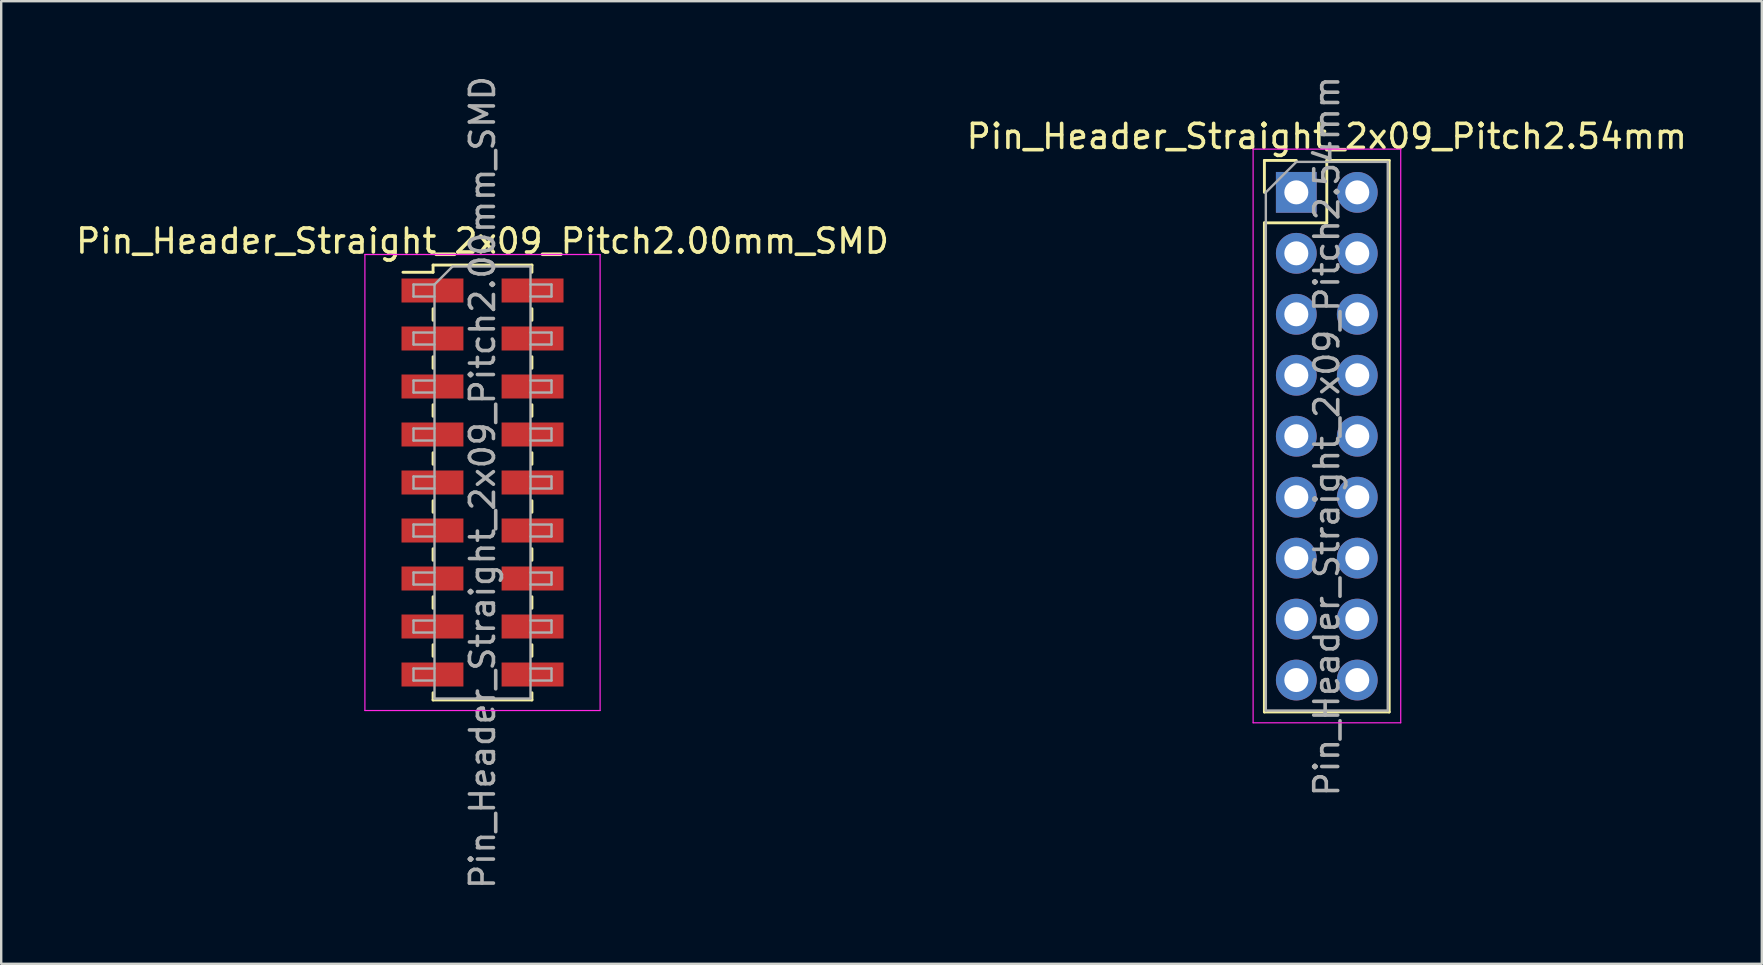
<source format=kicad_pcb>
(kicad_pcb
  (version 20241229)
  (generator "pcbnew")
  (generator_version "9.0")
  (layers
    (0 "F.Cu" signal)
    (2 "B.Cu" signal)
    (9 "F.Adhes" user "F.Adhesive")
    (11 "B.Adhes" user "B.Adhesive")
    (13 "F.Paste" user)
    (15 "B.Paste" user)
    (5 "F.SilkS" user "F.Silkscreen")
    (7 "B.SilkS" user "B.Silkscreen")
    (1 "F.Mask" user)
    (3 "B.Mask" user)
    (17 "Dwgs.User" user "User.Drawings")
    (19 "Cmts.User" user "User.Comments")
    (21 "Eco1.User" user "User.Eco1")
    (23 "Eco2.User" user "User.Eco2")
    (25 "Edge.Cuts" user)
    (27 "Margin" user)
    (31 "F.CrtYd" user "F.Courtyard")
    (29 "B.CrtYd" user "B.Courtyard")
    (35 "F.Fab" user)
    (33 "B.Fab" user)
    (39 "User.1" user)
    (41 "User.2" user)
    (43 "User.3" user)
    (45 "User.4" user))
  (footprint "Pin_Header_Straight_2x09_Pitch2.54mm"
    (layer "F.Cu")
    (at 50.962 4.965)
    (property "Reference" "Pin_Header_Straight_2x09_Pitch2.54mm" (at 1.27 -2.33 0) (layer "F.SilkS") (effects (font (size 1 1) (thickness 0.15))))
    (attr through_hole)
    (fp_line (start -1.33 -1.33) (end 0 -1.33) (stroke (width 0.12) (type solid)) (layer "F.SilkS"))
    (fp_line (start -1.33 0) (end -1.33 -1.33) (stroke (width 0.12) (type solid)) (layer "F.SilkS"))
    (fp_line (start -1.33 1.27) (end -1.33 21.65) (stroke (width 0.12) (type solid)) (layer "F.SilkS"))
    (fp_line (start -1.33 1.27) (end 1.27 1.27) (stroke (width 0.12) (type solid)) (layer "F.SilkS"))
    (fp_line (start -1.33 21.65) (end 3.87 21.65) (stroke (width 0.12) (type solid)) (layer "F.SilkS"))
    (fp_line (start 1.27 -1.33) (end 3.87 -1.33) (stroke (width 0.12) (type solid)) (layer "F.SilkS"))
    (fp_line (start 1.27 1.27) (end 1.27 -1.33) (stroke (width 0.12) (type solid)) (layer "F.SilkS"))
    (fp_line (start 3.87 -1.33) (end 3.87 21.65) (stroke (width 0.12) (type solid)) (layer "F.SilkS"))
    (fp_line (start -1.8 -1.8) (end -1.8 22.1) (stroke (width 0.05) (type solid)) (layer "F.CrtYd"))
    (fp_line (start -1.8 22.1) (end 4.35 22.1) (stroke (width 0.05) (type solid)) (layer "F.CrtYd"))
    (fp_line (start 4.35 -1.8) (end -1.8 -1.8) (stroke (width 0.05) (type solid)) (layer "F.CrtYd"))
    (fp_line (start 4.35 22.1) (end 4.35 -1.8) (stroke (width 0.05) (type solid)) (layer "F.CrtYd"))
    (fp_line (start -1.27 0) (end 0 -1.27) (stroke (width 0.1) (type solid)) (layer "F.Fab"))
    (fp_line (start -1.27 21.59) (end -1.27 0) (stroke (width 0.1) (type solid)) (layer "F.Fab"))
    (fp_line (start 0 -1.27) (end 3.81 -1.27) (stroke (width 0.1) (type solid)) (layer "F.Fab"))
    (fp_line (start 3.81 -1.27) (end 3.81 21.59) (stroke (width 0.1) (type solid)) (layer "F.Fab"))
    (fp_line (start 3.81 21.59) (end -1.27 21.59) (stroke (width 0.1) (type solid)) (layer "F.Fab"))
    (fp_text user "${REFERENCE}" (at 1.27 10.16 90) (layer "F.Fab") (effects (font (size 1 1) (thickness 0.15))))
    (pad "1" thru_hole rect (at 0 0) (size 1.7 1.7) (drill 1) (layers "*.Cu" "*.Mask"))
    (pad "2" thru_hole oval (at 2.54 0) (size 1.7 1.7) (drill 1) (layers "*.Cu" "*.Mask"))
    (pad "3" thru_hole oval (at 0 2.54) (size 1.7 1.7) (drill 1) (layers "*.Cu" "*.Mask"))
    (pad "4" thru_hole oval (at 2.54 2.54) (size 1.7 1.7) (drill 1) (layers "*.Cu" "*.Mask"))
    (pad "5" thru_hole oval (at 0 5.08) (size 1.7 1.7) (drill 1) (layers "*.Cu" "*.Mask"))
    (pad "6" thru_hole oval (at 2.54 5.08) (size 1.7 1.7) (drill 1) (layers "*.Cu" "*.Mask"))
    (pad "7" thru_hole oval (at 0 7.62) (size 1.7 1.7) (drill 1) (layers "*.Cu" "*.Mask"))
    (pad "8" thru_hole oval (at 2.54 7.62) (size 1.7 1.7) (drill 1) (layers "*.Cu" "*.Mask"))
    (pad "9" thru_hole oval (at 0 10.16) (size 1.7 1.7) (drill 1) (layers "*.Cu" "*.Mask"))
    (pad "10" thru_hole oval (at 2.54 10.16) (size 1.7 1.7) (drill 1) (layers "*.Cu" "*.Mask"))
    (pad "11" thru_hole oval (at 0 12.7) (size 1.7 1.7) (drill 1) (layers "*.Cu" "*.Mask"))
    (pad "12" thru_hole oval (at 2.54 12.7) (size 1.7 1.7) (drill 1) (layers "*.Cu" "*.Mask"))
    (pad "13" thru_hole oval (at 0 15.24) (size 1.7 1.7) (drill 1) (layers "*.Cu" "*.Mask"))
    (pad "14" thru_hole oval (at 2.54 15.24) (size 1.7 1.7) (drill 1) (layers "*.Cu" "*.Mask"))
    (pad "15" thru_hole oval (at 0 17.78) (size 1.7 1.7) (drill 1) (layers "*.Cu" "*.Mask"))
    (pad "16" thru_hole oval (at 2.54 17.78) (size 1.7 1.7) (drill 1) (layers "*.Cu" "*.Mask"))
    (pad "17" thru_hole oval (at 0 20.32) (size 1.7 1.7) (drill 1) (layers "*.Cu" "*.Mask"))
    (pad "18" thru_hole oval (at 2.54 20.32) (size 1.7 1.7) (drill 1) (layers "*.Cu" "*.Mask")))
  (footprint "Pin_Header_Straight_2x09_Pitch2.00mm_SMD"
    (layer "F.Cu")
    (at 17.054 17.054)
    (property "Reference" "Pin_Header_Straight_2x09_Pitch2.00mm_SMD" (at 0 -10.06 0) (layer "F.SilkS") (effects (font (size 1 1) (thickness 0.15))))
    (attr smd)
    (fp_line (start -3.315 -8.76) (end -2.06 -8.76) (stroke (width 0.12) (type solid)) (layer "F.SilkS"))
    (fp_line (start -2.06 -9.06) (end -2.06 -8.76) (stroke (width 0.12) (type solid)) (layer "F.SilkS"))
    (fp_line (start -2.06 -9.06) (end 2.06 -9.06) (stroke (width 0.12) (type solid)) (layer "F.SilkS"))
    (fp_line (start -2.06 -7.24) (end -2.06 -6.76) (stroke (width 0.12) (type solid)) (layer "F.SilkS"))
    (fp_line (start -2.06 -5.24) (end -2.06 -4.76) (stroke (width 0.12) (type solid)) (layer "F.SilkS"))
    (fp_line (start -2.06 -3.24) (end -2.06 -2.76) (stroke (width 0.12) (type solid)) (layer "F.SilkS"))
    (fp_line (start -2.06 -1.24) (end -2.06 -0.76) (stroke (width 0.12) (type solid)) (layer "F.SilkS"))
    (fp_line (start -2.06 0.76) (end -2.06 1.24) (stroke (width 0.12) (type solid)) (layer "F.SilkS"))
    (fp_line (start -2.06 2.76) (end -2.06 3.24) (stroke (width 0.12) (type solid)) (layer "F.SilkS"))
    (fp_line (start -2.06 4.76) (end -2.06 5.24) (stroke (width 0.12) (type solid)) (layer "F.SilkS"))
    (fp_line (start -2.06 6.76) (end -2.06 7.24) (stroke (width 0.12) (type solid)) (layer "F.SilkS"))
    (fp_line (start -2.06 8.76) (end -2.06 9.06) (stroke (width 0.12) (type solid)) (layer "F.SilkS"))
    (fp_line (start -2.06 9.06) (end 2.06 9.06) (stroke (width 0.12) (type solid)) (layer "F.SilkS"))
    (fp_line (start 2.06 -9.06) (end 2.06 -8.76) (stroke (width 0.12) (type solid)) (layer "F.SilkS"))
    (fp_line (start 2.06 -7.24) (end 2.06 -6.76) (stroke (width 0.12) (type solid)) (layer "F.SilkS"))
    (fp_line (start 2.06 -5.24) (end 2.06 -4.76) (stroke (width 0.12) (type solid)) (layer "F.SilkS"))
    (fp_line (start 2.06 -3.24) (end 2.06 -2.76) (stroke (width 0.12) (type solid)) (layer "F.SilkS"))
    (fp_line (start 2.06 -1.24) (end 2.06 -0.76) (stroke (width 0.12) (type solid)) (layer "F.SilkS"))
    (fp_line (start 2.06 0.76) (end 2.06 1.24) (stroke (width 0.12) (type solid)) (layer "F.SilkS"))
    (fp_line (start 2.06 2.76) (end 2.06 3.24) (stroke (width 0.12) (type solid)) (layer "F.SilkS"))
    (fp_line (start 2.06 4.76) (end 2.06 5.24) (stroke (width 0.12) (type solid)) (layer "F.SilkS"))
    (fp_line (start 2.06 6.76) (end 2.06 7.24) (stroke (width 0.12) (type solid)) (layer "F.SilkS"))
    (fp_line (start 2.06 8.76) (end 2.06 9.06) (stroke (width 0.12) (type solid)) (layer "F.SilkS"))
    (fp_line (start -4.9 -9.5) (end -4.9 9.5) (stroke (width 0.05) (type solid)) (layer "F.CrtYd"))
    (fp_line (start -4.9 9.5) (end 4.9 9.5) (stroke (width 0.05) (type solid)) (layer "F.CrtYd"))
    (fp_line (start 4.9 -9.5) (end -4.9 -9.5) (stroke (width 0.05) (type solid)) (layer "F.CrtYd"))
    (fp_line (start 4.9 9.5) (end 4.9 -9.5) (stroke (width 0.05) (type solid)) (layer "F.CrtYd"))
    (fp_line (start -2.875 -8.25) (end -2.875 -7.75) (stroke (width 0.1) (type solid)) (layer "F.Fab"))
    (fp_line (start -2.875 -7.75) (end -2 -7.75) (stroke (width 0.1) (type solid)) (layer "F.Fab"))
    (fp_line (start -2.875 -6.25) (end -2.875 -5.75) (stroke (width 0.1) (type solid)) (layer "F.Fab"))
    (fp_line (start -2.875 -5.75) (end -2 -5.75) (stroke (width 0.1) (type solid)) (layer "F.Fab"))
    (fp_line (start -2.875 -4.25) (end -2.875 -3.75) (stroke (width 0.1) (type solid)) (layer "F.Fab"))
    (fp_line (start -2.875 -3.75) (end -2 -3.75) (stroke (width 0.1) (type solid)) (layer "F.Fab"))
    (fp_line (start -2.875 -2.25) (end -2.875 -1.75) (stroke (width 0.1) (type solid)) (layer "F.Fab"))
    (fp_line (start -2.875 -1.75) (end -2 -1.75) (stroke (width 0.1) (type solid)) (layer "F.Fab"))
    (fp_line (start -2.875 -0.25) (end -2.875 0.25) (stroke (width 0.1) (type solid)) (layer "F.Fab"))
    (fp_line (start -2.875 0.25) (end -2 0.25) (stroke (width 0.1) (type solid)) (layer "F.Fab"))
    (fp_line (start -2.875 1.75) (end -2.875 2.25) (stroke (width 0.1) (type solid)) (layer "F.Fab"))
    (fp_line (start -2.875 2.25) (end -2 2.25) (stroke (width 0.1) (type solid)) (layer "F.Fab"))
    (fp_line (start -2.875 3.75) (end -2.875 4.25) (stroke (width 0.1) (type solid)) (layer "F.Fab"))
    (fp_line (start -2.875 4.25) (end -2 4.25) (stroke (width 0.1) (type solid)) (layer "F.Fab"))
    (fp_line (start -2.875 5.75) (end -2.875 6.25) (stroke (width 0.1) (type solid)) (layer "F.Fab"))
    (fp_line (start -2.875 6.25) (end -2 6.25) (stroke (width 0.1) (type solid)) (layer "F.Fab"))
    (fp_line (start -2.875 7.75) (end -2.875 8.25) (stroke (width 0.1) (type solid)) (layer "F.Fab"))
    (fp_line (start -2.875 8.25) (end -2 8.25) (stroke (width 0.1) (type solid)) (layer "F.Fab"))
    (fp_line (start -2 -8.25) (end -2.875 -8.25) (stroke (width 0.1) (type solid)) (layer "F.Fab"))
    (fp_line (start -2 -8.25) (end -1.25 -9) (stroke (width 0.1) (type solid)) (layer "F.Fab"))
    (fp_line (start -2 -6.25) (end -2.875 -6.25) (stroke (width 0.1) (type solid)) (layer "F.Fab"))
    (fp_line (start -2 -4.25) (end -2.875 -4.25) (stroke (width 0.1) (type solid)) (layer "F.Fab"))
    (fp_line (start -2 -2.25) (end -2.875 -2.25) (stroke (width 0.1) (type solid)) (layer "F.Fab"))
    (fp_line (start -2 -0.25) (end -2.875 -0.25) (stroke (width 0.1) (type solid)) (layer "F.Fab"))
    (fp_line (start -2 1.75) (end -2.875 1.75) (stroke (width 0.1) (type solid)) (layer "F.Fab"))
    (fp_line (start -2 3.75) (end -2.875 3.75) (stroke (width 0.1) (type solid)) (layer "F.Fab"))
    (fp_line (start -2 5.75) (end -2.875 5.75) (stroke (width 0.1) (type solid)) (layer "F.Fab"))
    (fp_line (start -2 7.75) (end -2.875 7.75) (stroke (width 0.1) (type solid)) (layer "F.Fab"))
    (fp_line (start -2 9) (end -2 -8.25) (stroke (width 0.1) (type solid)) (layer "F.Fab"))
    (fp_line (start -1.25 -9) (end 2 -9) (stroke (width 0.1) (type solid)) (layer "F.Fab"))
    (fp_line (start 2 -9) (end 2 9) (stroke (width 0.1) (type solid)) (layer "F.Fab"))
    (fp_line (start 2 -8.25) (end 2.875 -8.25) (stroke (width 0.1) (type solid)) (layer "F.Fab"))
    (fp_line (start 2 -6.25) (end 2.875 -6.25) (stroke (width 0.1) (type solid)) (layer "F.Fab"))
    (fp_line (start 2 -4.25) (end 2.875 -4.25) (stroke (width 0.1) (type solid)) (layer "F.Fab"))
    (fp_line (start 2 -2.25) (end 2.875 -2.25) (stroke (width 0.1) (type solid)) (layer "F.Fab"))
    (fp_line (start 2 -0.25) (end 2.875 -0.25) (stroke (width 0.1) (type solid)) (layer "F.Fab"))
    (fp_line (start 2 1.75) (end 2.875 1.75) (stroke (width 0.1) (type solid)) (layer "F.Fab"))
    (fp_line (start 2 3.75) (end 2.875 3.75) (stroke (width 0.1) (type solid)) (layer "F.Fab"))
    (fp_line (start 2 5.75) (end 2.875 5.75) (stroke (width 0.1) (type solid)) (layer "F.Fab"))
    (fp_line (start 2 7.75) (end 2.875 7.75) (stroke (width 0.1) (type solid)) (layer "F.Fab"))
    (fp_line (start 2 9) (end -2 9) (stroke (width 0.1) (type solid)) (layer "F.Fab"))
    (fp_line (start 2.875 -8.25) (end 2.875 -7.75) (stroke (width 0.1) (type solid)) (layer "F.Fab"))
    (fp_line (start 2.875 -7.75) (end 2 -7.75) (stroke (width 0.1) (type solid)) (layer "F.Fab"))
    (fp_line (start 2.875 -6.25) (end 2.875 -5.75) (stroke (width 0.1) (type solid)) (layer "F.Fab"))
    (fp_line (start 2.875 -5.75) (end 2 -5.75) (stroke (width 0.1) (type solid)) (layer "F.Fab"))
    (fp_line (start 2.875 -4.25) (end 2.875 -3.75) (stroke (width 0.1) (type solid)) (layer "F.Fab"))
    (fp_line (start 2.875 -3.75) (end 2 -3.75) (stroke (width 0.1) (type solid)) (layer "F.Fab"))
    (fp_line (start 2.875 -2.25) (end 2.875 -1.75) (stroke (width 0.1) (type solid)) (layer "F.Fab"))
    (fp_line (start 2.875 -1.75) (end 2 -1.75) (stroke (width 0.1) (type solid)) (layer "F.Fab"))
    (fp_line (start 2.875 -0.25) (end 2.875 0.25) (stroke (width 0.1) (type solid)) (layer "F.Fab"))
    (fp_line (start 2.875 0.25) (end 2 0.25) (stroke (width 0.1) (type solid)) (layer "F.Fab"))
    (fp_line (start 2.875 1.75) (end 2.875 2.25) (stroke (width 0.1) (type solid)) (layer "F.Fab"))
    (fp_line (start 2.875 2.25) (end 2 2.25) (stroke (width 0.1) (type solid)) (layer "F.Fab"))
    (fp_line (start 2.875 3.75) (end 2.875 4.25) (stroke (width 0.1) (type solid)) (layer "F.Fab"))
    (fp_line (start 2.875 4.25) (end 2 4.25) (stroke (width 0.1) (type solid)) (layer "F.Fab"))
    (fp_line (start 2.875 5.75) (end 2.875 6.25) (stroke (width 0.1) (type solid)) (layer "F.Fab"))
    (fp_line (start 2.875 6.25) (end 2 6.25) (stroke (width 0.1) (type solid)) (layer "F.Fab"))
    (fp_line (start 2.875 7.75) (end 2.875 8.25) (stroke (width 0.1) (type solid)) (layer "F.Fab"))
    (fp_line (start 2.875 8.25) (end 2 8.25) (stroke (width 0.1) (type solid)) (layer "F.Fab"))
    (fp_text user "${REFERENCE}" (at 0 0 90) (layer "F.Fab") (effects (font (size 1 1) (thickness 0.15))))
    (pad "1" smd rect (at -2.085 -8) (size 2.58 1) (layers "F.Cu" "F.Mask" "F.Paste"))
    (pad "2" smd rect (at 2.085 -8) (size 2.58 1) (layers "F.Cu" "F.Mask" "F.Paste"))
    (pad "3" smd rect (at -2.085 -6) (size 2.58 1) (layers "F.Cu" "F.Mask" "F.Paste"))
    (pad "4" smd rect (at 2.085 -6) (size 2.58 1) (layers "F.Cu" "F.Mask" "F.Paste"))
    (pad "5" smd rect (at -2.085 -4) (size 2.58 1) (layers "F.Cu" "F.Mask" "F.Paste"))
    (pad "6" smd rect (at 2.085 -4) (size 2.58 1) (layers "F.Cu" "F.Mask" "F.Paste"))
    (pad "7" smd rect (at -2.085 -2) (size 2.58 1) (layers "F.Cu" "F.Mask" "F.Paste"))
    (pad "8" smd rect (at 2.085 -2) (size 2.58 1) (layers "F.Cu" "F.Mask" "F.Paste"))
    (pad "9" smd rect (at -2.085 0) (size 2.58 1) (layers "F.Cu" "F.Mask" "F.Paste"))
    (pad "10" smd rect (at 2.085 0) (size 2.58 1) (layers "F.Cu" "F.Mask" "F.Paste"))
    (pad "11" smd rect (at -2.085 2) (size 2.58 1) (layers "F.Cu" "F.Mask" "F.Paste"))
    (pad "12" smd rect (at 2.085 2) (size 2.58 1) (layers "F.Cu" "F.Mask" "F.Paste"))
    (pad "13" smd rect (at -2.085 4) (size 2.58 1) (layers "F.Cu" "F.Mask" "F.Paste"))
    (pad "14" smd rect (at 2.085 4) (size 2.58 1) (layers "F.Cu" "F.Mask" "F.Paste"))
    (pad "15" smd rect (at -2.085 6) (size 2.58 1) (layers "F.Cu" "F.Mask" "F.Paste"))
    (pad "16" smd rect (at 2.085 6) (size 2.58 1) (layers "F.Cu" "F.Mask" "F.Paste"))
    (pad "17" smd rect (at -2.085 8) (size 2.58 1) (layers "F.Cu" "F.Mask" "F.Paste"))
    (pad "18" smd rect (at 2.085 8) (size 2.58 1) (layers "F.Cu" "F.Mask" "F.Paste")))
  (gr_rect
    (start -3 -3)
    (end 70.357 37.107)
    (stroke (width 0.1) (type default))
    (fill no)
    (layer "Edge.Cuts")))
</source>
